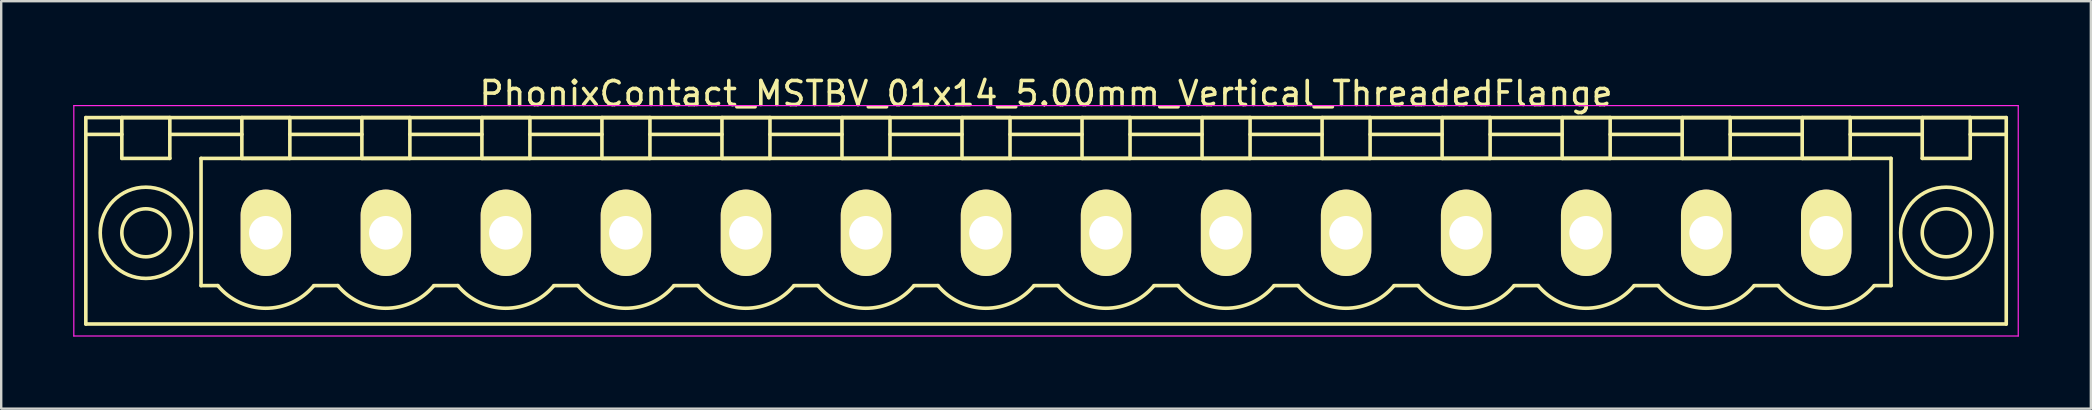
<source format=kicad_pcb>
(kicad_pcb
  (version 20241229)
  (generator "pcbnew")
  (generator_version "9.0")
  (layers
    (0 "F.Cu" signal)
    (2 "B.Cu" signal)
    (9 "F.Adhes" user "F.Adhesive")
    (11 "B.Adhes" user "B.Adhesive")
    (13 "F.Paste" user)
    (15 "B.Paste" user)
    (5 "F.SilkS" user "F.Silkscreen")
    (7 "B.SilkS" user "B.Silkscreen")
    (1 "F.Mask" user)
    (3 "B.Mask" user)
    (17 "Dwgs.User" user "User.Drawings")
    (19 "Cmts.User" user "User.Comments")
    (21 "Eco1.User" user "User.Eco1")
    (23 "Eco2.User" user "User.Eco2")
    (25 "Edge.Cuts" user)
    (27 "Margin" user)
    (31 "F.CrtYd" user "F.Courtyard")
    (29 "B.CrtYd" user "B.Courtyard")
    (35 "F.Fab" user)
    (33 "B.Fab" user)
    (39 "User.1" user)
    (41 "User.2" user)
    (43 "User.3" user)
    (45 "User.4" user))
  (footprint "PhonixContact_MSTBV_01x14_5.00mm_Vertical_ThreadedFlange"
    (layer "F.Cu")
    (at 8.025 6.648)
    (property "Reference" "PhonixContact_MSTBV_01x14_5.00mm_Vertical_ThreadedFlange" (at 32.5 -5.8 0) (layer "F.SilkS") (effects (font (size 1 1) (thickness 0.15))))
    (attr through_hole)
    (fp_line (start -7.5 -4.8) (end -7.5 3.8) (stroke (width 0.15) (type solid)) (layer "F.SilkS"))
    (fp_line (start -7.5 -4.1) (end -6 -4.1) (stroke (width 0.15) (type solid)) (layer "F.SilkS"))
    (fp_line (start -7.5 3.8) (end 72.5 3.8) (stroke (width 0.15) (type solid)) (layer "F.SilkS"))
    (fp_line (start -6 -4.8) (end -4 -4.8) (stroke (width 0.15) (type solid)) (layer "F.SilkS"))
    (fp_line (start -6 -3.1) (end -6 -4.8) (stroke (width 0.15) (type solid)) (layer "F.SilkS"))
    (fp_line (start -4 -4.8) (end -4 -3.1) (stroke (width 0.15) (type solid)) (layer "F.SilkS"))
    (fp_line (start -4 -4.1) (end -1 -4.1) (stroke (width 0.15) (type solid)) (layer "F.SilkS"))
    (fp_line (start -4 -3.1) (end -6 -3.1) (stroke (width 0.15) (type solid)) (layer "F.SilkS"))
    (fp_line (start -2.7 -3.1) (end 67.7 -3.1) (stroke (width 0.15) (type solid)) (layer "F.SilkS"))
    (fp_line (start -2.7 2.2) (end -2.7 -3.1) (stroke (width 0.15) (type solid)) (layer "F.SilkS"))
    (fp_line (start -2 2.2) (end -2.7 2.2) (stroke (width 0.15) (type solid)) (layer "F.SilkS"))
    (fp_line (start -1 -4.8) (end 1 -4.8) (stroke (width 0.15) (type solid)) (layer "F.SilkS"))
    (fp_line (start -1 -3.1) (end -1 -4.8) (stroke (width 0.15) (type solid)) (layer "F.SilkS"))
    (fp_line (start 1 -4.8) (end 1 -3.1) (stroke (width 0.15) (type solid)) (layer "F.SilkS"))
    (fp_line (start 1 -4.1) (end 4 -4.1) (stroke (width 0.15) (type solid)) (layer "F.SilkS"))
    (fp_line (start 1 -3.1) (end -1 -3.1) (stroke (width 0.15) (type solid)) (layer "F.SilkS"))
    (fp_line (start 2 2.2) (end 3 2.2) (stroke (width 0.15) (type solid)) (layer "F.SilkS"))
    (fp_line (start 4 -4.8) (end 6 -4.8) (stroke (width 0.15) (type solid)) (layer "F.SilkS"))
    (fp_line (start 4 -3.1) (end 4 -4.8) (stroke (width 0.15) (type solid)) (layer "F.SilkS"))
    (fp_line (start 6 -4.8) (end 6 -3.1) (stroke (width 0.15) (type solid)) (layer "F.SilkS"))
    (fp_line (start 6 -4.1) (end 9 -4.1) (stroke (width 0.15) (type solid)) (layer "F.SilkS"))
    (fp_line (start 6 -3.1) (end 4 -3.1) (stroke (width 0.15) (type solid)) (layer "F.SilkS"))
    (fp_line (start 7 2.2) (end 8 2.2) (stroke (width 0.15) (type solid)) (layer "F.SilkS"))
    (fp_line (start 9 -4.8) (end 11 -4.8) (stroke (width 0.15) (type solid)) (layer "F.SilkS"))
    (fp_line (start 9 -3.1) (end 9 -4.8) (stroke (width 0.15) (type solid)) (layer "F.SilkS"))
    (fp_line (start 11 -4.8) (end 11 -3.1) (stroke (width 0.15) (type solid)) (layer "F.SilkS"))
    (fp_line (start 11 -4.1) (end 14 -4.1) (stroke (width 0.15) (type solid)) (layer "F.SilkS"))
    (fp_line (start 11 -3.1) (end 9 -3.1) (stroke (width 0.15) (type solid)) (layer "F.SilkS"))
    (fp_line (start 12 2.2) (end 13 2.2) (stroke (width 0.15) (type solid)) (layer "F.SilkS"))
    (fp_line (start 14 -4.8) (end 16 -4.8) (stroke (width 0.15) (type solid)) (layer "F.SilkS"))
    (fp_line (start 14 -3.1) (end 14 -4.8) (stroke (width 0.15) (type solid)) (layer "F.SilkS"))
    (fp_line (start 16 -4.8) (end 16 -3.1) (stroke (width 0.15) (type solid)) (layer "F.SilkS"))
    (fp_line (start 16 -4.1) (end 19 -4.1) (stroke (width 0.15) (type solid)) (layer "F.SilkS"))
    (fp_line (start 16 -3.1) (end 14 -3.1) (stroke (width 0.15) (type solid)) (layer "F.SilkS"))
    (fp_line (start 17 2.2) (end 18 2.2) (stroke (width 0.15) (type solid)) (layer "F.SilkS"))
    (fp_line (start 19 -4.8) (end 21 -4.8) (stroke (width 0.15) (type solid)) (layer "F.SilkS"))
    (fp_line (start 19 -3.1) (end 19 -4.8) (stroke (width 0.15) (type solid)) (layer "F.SilkS"))
    (fp_line (start 21 -4.8) (end 21 -3.1) (stroke (width 0.15) (type solid)) (layer "F.SilkS"))
    (fp_line (start 21 -4.1) (end 24 -4.1) (stroke (width 0.15) (type solid)) (layer "F.SilkS"))
    (fp_line (start 21 -3.1) (end 19 -3.1) (stroke (width 0.15) (type solid)) (layer "F.SilkS"))
    (fp_line (start 22 2.2) (end 23 2.2) (stroke (width 0.15) (type solid)) (layer "F.SilkS"))
    (fp_line (start 24 -4.8) (end 26 -4.8) (stroke (width 0.15) (type solid)) (layer "F.SilkS"))
    (fp_line (start 24 -3.1) (end 24 -4.8) (stroke (width 0.15) (type solid)) (layer "F.SilkS"))
    (fp_line (start 26 -4.8) (end 26 -3.1) (stroke (width 0.15) (type solid)) (layer "F.SilkS"))
    (fp_line (start 26 -4.1) (end 29 -4.1) (stroke (width 0.15) (type solid)) (layer "F.SilkS"))
    (fp_line (start 26 -3.1) (end 24 -3.1) (stroke (width 0.15) (type solid)) (layer "F.SilkS"))
    (fp_line (start 27 2.2) (end 28 2.2) (stroke (width 0.15) (type solid)) (layer "F.SilkS"))
    (fp_line (start 29 -4.8) (end 31 -4.8) (stroke (width 0.15) (type solid)) (layer "F.SilkS"))
    (fp_line (start 29 -3.1) (end 29 -4.8) (stroke (width 0.15) (type solid)) (layer "F.SilkS"))
    (fp_line (start 31 -4.8) (end 31 -3.1) (stroke (width 0.15) (type solid)) (layer "F.SilkS"))
    (fp_line (start 31 -4.1) (end 34 -4.1) (stroke (width 0.15) (type solid)) (layer "F.SilkS"))
    (fp_line (start 31 -3.1) (end 29 -3.1) (stroke (width 0.15) (type solid)) (layer "F.SilkS"))
    (fp_line (start 32 2.2) (end 33 2.2) (stroke (width 0.15) (type solid)) (layer "F.SilkS"))
    (fp_line (start 34 -4.8) (end 36 -4.8) (stroke (width 0.15) (type solid)) (layer "F.SilkS"))
    (fp_line (start 34 -3.1) (end 34 -4.8) (stroke (width 0.15) (type solid)) (layer "F.SilkS"))
    (fp_line (start 36 -4.8) (end 36 -3.1) (stroke (width 0.15) (type solid)) (layer "F.SilkS"))
    (fp_line (start 36 -4.1) (end 39 -4.1) (stroke (width 0.15) (type solid)) (layer "F.SilkS"))
    (fp_line (start 36 -3.1) (end 34 -3.1) (stroke (width 0.15) (type solid)) (layer "F.SilkS"))
    (fp_line (start 37 2.2) (end 38 2.2) (stroke (width 0.15) (type solid)) (layer "F.SilkS"))
    (fp_line (start 39 -4.8) (end 41 -4.8) (stroke (width 0.15) (type solid)) (layer "F.SilkS"))
    (fp_line (start 39 -3.1) (end 39 -4.8) (stroke (width 0.15) (type solid)) (layer "F.SilkS"))
    (fp_line (start 41 -4.8) (end 41 -3.1) (stroke (width 0.15) (type solid)) (layer "F.SilkS"))
    (fp_line (start 41 -4.1) (end 44 -4.1) (stroke (width 0.15) (type solid)) (layer "F.SilkS"))
    (fp_line (start 41 -3.1) (end 39 -3.1) (stroke (width 0.15) (type solid)) (layer "F.SilkS"))
    (fp_line (start 42 2.2) (end 43 2.2) (stroke (width 0.15) (type solid)) (layer "F.SilkS"))
    (fp_line (start 44 -4.8) (end 46 -4.8) (stroke (width 0.15) (type solid)) (layer "F.SilkS"))
    (fp_line (start 44 -3.1) (end 44 -4.8) (stroke (width 0.15) (type solid)) (layer "F.SilkS"))
    (fp_line (start 46 -4.8) (end 46 -3.1) (stroke (width 0.15) (type solid)) (layer "F.SilkS"))
    (fp_line (start 46 -4.1) (end 49 -4.1) (stroke (width 0.15) (type solid)) (layer "F.SilkS"))
    (fp_line (start 46 -3.1) (end 44 -3.1) (stroke (width 0.15) (type solid)) (layer "F.SilkS"))
    (fp_line (start 47 2.2) (end 48 2.2) (stroke (width 0.15) (type solid)) (layer "F.SilkS"))
    (fp_line (start 49 -4.8) (end 51 -4.8) (stroke (width 0.15) (type solid)) (layer "F.SilkS"))
    (fp_line (start 49 -3.1) (end 49 -4.8) (stroke (width 0.15) (type solid)) (layer "F.SilkS"))
    (fp_line (start 51 -4.8) (end 51 -3.1) (stroke (width 0.15) (type solid)) (layer "F.SilkS"))
    (fp_line (start 51 -4.1) (end 54 -4.1) (stroke (width 0.15) (type solid)) (layer "F.SilkS"))
    (fp_line (start 51 -3.1) (end 49 -3.1) (stroke (width 0.15) (type solid)) (layer "F.SilkS"))
    (fp_line (start 52 2.2) (end 53 2.2) (stroke (width 0.15) (type solid)) (layer "F.SilkS"))
    (fp_line (start 54 -4.8) (end 56 -4.8) (stroke (width 0.15) (type solid)) (layer "F.SilkS"))
    (fp_line (start 54 -3.1) (end 54 -4.8) (stroke (width 0.15) (type solid)) (layer "F.SilkS"))
    (fp_line (start 56 -4.8) (end 56 -3.1) (stroke (width 0.15) (type solid)) (layer "F.SilkS"))
    (fp_line (start 56 -4.1) (end 59 -4.1) (stroke (width 0.15) (type solid)) (layer "F.SilkS"))
    (fp_line (start 56 -3.1) (end 54 -3.1) (stroke (width 0.15) (type solid)) (layer "F.SilkS"))
    (fp_line (start 57 2.2) (end 58 2.2) (stroke (width 0.15) (type solid)) (layer "F.SilkS"))
    (fp_line (start 59 -4.8) (end 61 -4.8) (stroke (width 0.15) (type solid)) (layer "F.SilkS"))
    (fp_line (start 59 -3.1) (end 59 -4.8) (stroke (width 0.15) (type solid)) (layer "F.SilkS"))
    (fp_line (start 61 -4.8) (end 61 -3.1) (stroke (width 0.15) (type solid)) (layer "F.SilkS"))
    (fp_line (start 61 -4.1) (end 64 -4.1) (stroke (width 0.15) (type solid)) (layer "F.SilkS"))
    (fp_line (start 61 -3.1) (end 59 -3.1) (stroke (width 0.15) (type solid)) (layer "F.SilkS"))
    (fp_line (start 62 2.2) (end 63 2.2) (stroke (width 0.15) (type solid)) (layer "F.SilkS"))
    (fp_line (start 64 -4.8) (end 66 -4.8) (stroke (width 0.15) (type solid)) (layer "F.SilkS"))
    (fp_line (start 64 -3.1) (end 64 -4.8) (stroke (width 0.15) (type solid)) (layer "F.SilkS"))
    (fp_line (start 66 -4.8) (end 66 -3.1) (stroke (width 0.15) (type solid)) (layer "F.SilkS"))
    (fp_line (start 66 -4.1) (end 69 -4.1) (stroke (width 0.15) (type solid)) (layer "F.SilkS"))
    (fp_line (start 66 -3.1) (end 64 -3.1) (stroke (width 0.15) (type solid)) (layer "F.SilkS"))
    (fp_line (start 67.7 -3.1) (end 67.7 2.2) (stroke (width 0.15) (type solid)) (layer "F.SilkS"))
    (fp_line (start 67.7 2.2) (end 67 2.2) (stroke (width 0.15) (type solid)) (layer "F.SilkS"))
    (fp_line (start 69 -4.8) (end 71 -4.8) (stroke (width 0.15) (type solid)) (layer "F.SilkS"))
    (fp_line (start 69 -3.1) (end 69 -4.8) (stroke (width 0.15) (type solid)) (layer "F.SilkS"))
    (fp_line (start 71 -4.8) (end 71 -3.1) (stroke (width 0.15) (type solid)) (layer "F.SilkS"))
    (fp_line (start 71 -3.1) (end 69 -3.1) (stroke (width 0.15) (type solid)) (layer "F.SilkS"))
    (fp_line (start 72.5 -4.8) (end -7.5 -4.8) (stroke (width 0.15) (type solid)) (layer "F.SilkS"))
    (fp_line (start 72.5 -4.1) (end 71 -4.1) (stroke (width 0.15) (type solid)) (layer "F.SilkS"))
    (fp_line (start 72.5 3.8) (end 72.5 -4.8) (stroke (width 0.15) (type solid)) (layer "F.SilkS"))
    (fp_arc (start 1.986842 2.215821) (mid -0.010289 3.142758) (end -2 2.2) (stroke (width 0.15) (type solid)) (layer "F.SilkS"))
    (fp_arc (start 6.986842 2.215821) (mid 4.989711 3.142758) (end 3 2.2) (stroke (width 0.15) (type solid)) (layer "F.SilkS"))
    (fp_arc (start 11.986842 2.215821) (mid 9.989711 3.142758) (end 8 2.2) (stroke (width 0.15) (type solid)) (layer "F.SilkS"))
    (fp_arc (start 16.986842 2.215821) (mid 14.989711 3.142758) (end 13 2.2) (stroke (width 0.15) (type solid)) (layer "F.SilkS"))
    (fp_arc (start 21.986842 2.215821) (mid 19.989711 3.142758) (end 18 2.2) (stroke (width 0.15) (type solid)) (layer "F.SilkS"))
    (fp_arc (start 26.986842 2.215821) (mid 24.989711 3.142758) (end 23 2.2) (stroke (width 0.15) (type solid)) (layer "F.SilkS"))
    (fp_arc (start 31.986842 2.215821) (mid 29.989711 3.142758) (end 28 2.2) (stroke (width 0.15) (type solid)) (layer "F.SilkS"))
    (fp_arc (start 36.986842 2.215821) (mid 34.989711 3.142758) (end 33 2.2) (stroke (width 0.15) (type solid)) (layer "F.SilkS"))
    (fp_arc (start 41.986842 2.215821) (mid 39.989711 3.142758) (end 38 2.2) (stroke (width 0.15) (type solid)) (layer "F.SilkS"))
    (fp_arc (start 46.986842 2.215821) (mid 44.989711 3.142758) (end 43 2.2) (stroke (width 0.15) (type solid)) (layer "F.SilkS"))
    (fp_arc (start 51.986842 2.215821) (mid 49.989711 3.142758) (end 48 2.2) (stroke (width 0.15) (type solid)) (layer "F.SilkS"))
    (fp_arc (start 56.986842 2.215821) (mid 54.989711 3.142758) (end 53 2.2) (stroke (width 0.15) (type solid)) (layer "F.SilkS"))
    (fp_arc (start 61.986842 2.215821) (mid 59.989711 3.142758) (end 58 2.2) (stroke (width 0.15) (type solid)) (layer "F.SilkS"))
    (fp_arc (start 66.986842 2.215821) (mid 64.989711 3.142758) (end 63 2.2) (stroke (width 0.15) (type solid)) (layer "F.SilkS"))
    (fp_circle (center -5 0) (end -4 0) (stroke (width 0.15) (type solid)) (fill no) (layer "F.SilkS"))
    (fp_circle (center -5 0) (end -3.1 0) (stroke (width 0.15) (type solid)) (fill no) (layer "F.SilkS"))
    (fp_circle (center 70 0) (end 71 0) (stroke (width 0.15) (type solid)) (fill no) (layer "F.SilkS"))
    (fp_circle (center 70 0) (end 71.9 0) (stroke (width 0.15) (type solid)) (fill no) (layer "F.SilkS"))
    (fp_line (start -8 -5.3) (end -8 4.3) (stroke (width 0.05) (type solid)) (layer "F.CrtYd"))
    (fp_line (start -8 4.3) (end 73 4.3) (stroke (width 0.05) (type solid)) (layer "F.CrtYd"))
    (fp_line (start 73 -5.3) (end -8 -5.3) (stroke (width 0.05) (type solid)) (layer "F.CrtYd"))
    (fp_line (start 73 4.3) (end 73 -5.3) (stroke (width 0.05) (type solid)) (layer "F.CrtYd"))
    (pad "1" thru_hole oval (at 0 0) (size 2.1 3.6) (drill 1.4) (layers "*.Cu" "*.Mask" "F.SilkS"))
    (pad "2" thru_hole oval (at 5 0) (size 2.1 3.6) (drill 1.4) (layers "*.Cu" "*.Mask" "F.SilkS"))
    (pad "3" thru_hole oval (at 10 0) (size 2.1 3.6) (drill 1.4) (layers "*.Cu" "*.Mask" "F.SilkS"))
    (pad "4" thru_hole oval (at 15 0) (size 2.1 3.6) (drill 1.4) (layers "*.Cu" "*.Mask" "F.SilkS"))
    (pad "5" thru_hole oval (at 20 0) (size 2.1 3.6) (drill 1.4) (layers "*.Cu" "*.Mask" "F.SilkS"))
    (pad "6" thru_hole oval (at 25 0) (size 2.1 3.6) (drill 1.4) (layers "*.Cu" "*.Mask" "F.SilkS"))
    (pad "7" thru_hole oval (at 30 0) (size 2.1 3.6) (drill 1.4) (layers "*.Cu" "*.Mask" "F.SilkS"))
    (pad "8" thru_hole oval (at 35 0) (size 2.1 3.6) (drill 1.4) (layers "*.Cu" "*.Mask" "F.SilkS"))
    (pad "9" thru_hole oval (at 40 0) (size 2.1 3.6) (drill 1.4) (layers "*.Cu" "*.Mask" "F.SilkS"))
    (pad "10" thru_hole oval (at 45 0) (size 2.1 3.6) (drill 1.4) (layers "*.Cu" "*.Mask" "F.SilkS"))
    (pad "11" thru_hole oval (at 50 0) (size 2.1 3.6) (drill 1.4) (layers "*.Cu" "*.Mask" "F.SilkS"))
    (pad "12" thru_hole oval (at 55 0) (size 2.1 3.6) (drill 1.4) (layers "*.Cu" "*.Mask" "F.SilkS"))
    (pad "13" thru_hole oval (at 60 0) (size 2.1 3.6) (drill 1.4) (layers "*.Cu" "*.Mask" "F.SilkS"))
    (pad "14" thru_hole oval (at 65 0) (size 2.1 3.6) (drill 1.4) (layers "*.Cu" "*.Mask" "F.SilkS")))
  (gr_rect
    (start -3 -3)
    (end 84.05 13.973)
    (stroke (width 0.1) (type default))
    (fill no)
    (layer "Edge.Cuts")))
</source>
